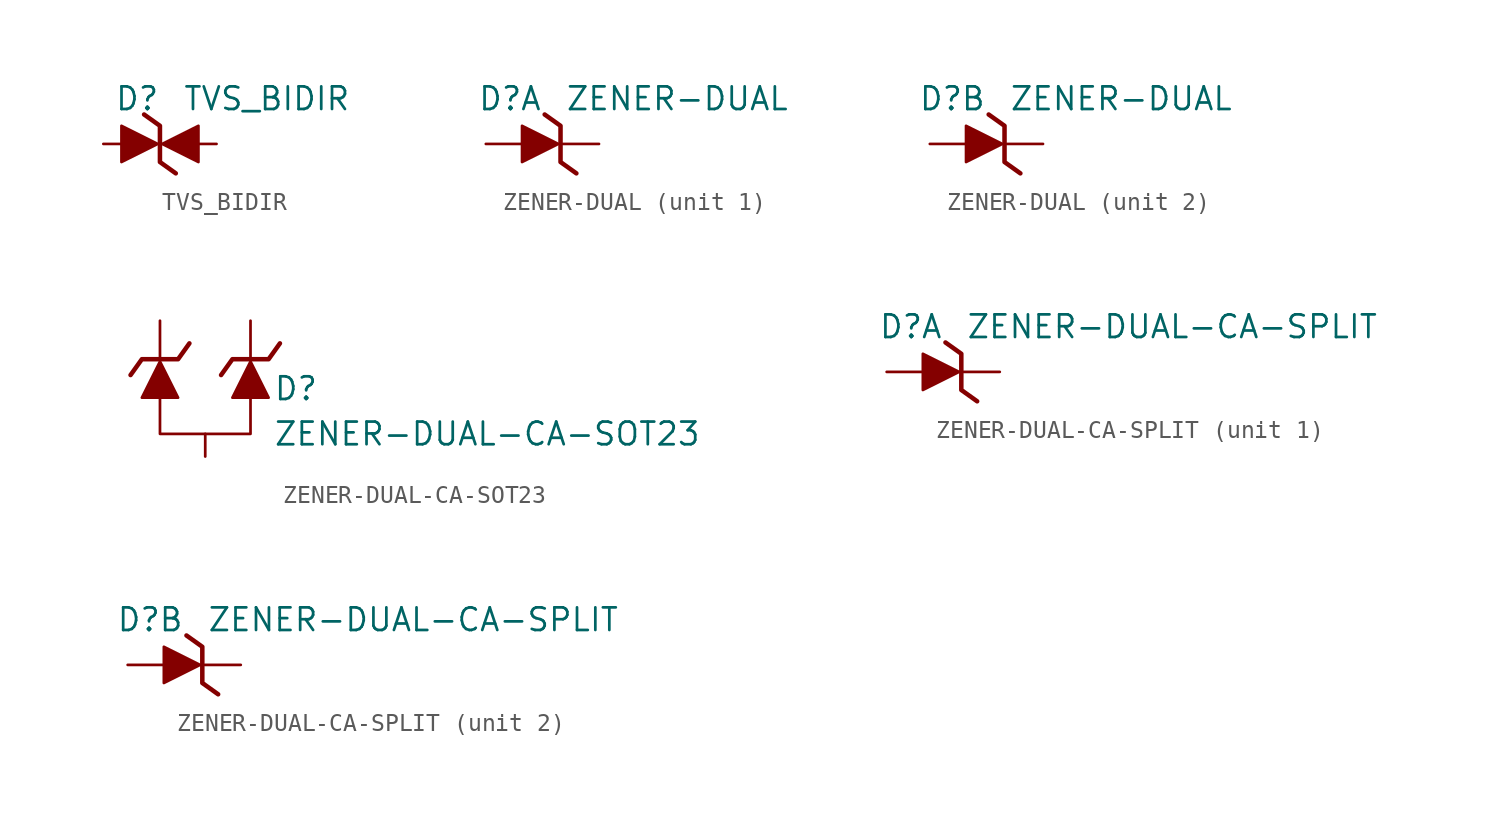
<source format=kicad_sym>
(kicad_symbol_lib
  (version 20211014)
  (generator kicad_symbol_editor)
  (symbol "TVS_BIDIR"
    (pin_numbers hide)
    (pin_names
      (offset 1.016) hide)
    (property "Reference" "D"
      (at 3.175 2.54 0)
      (effects (font (size 1.27 1.27)) (justify right)))
    (property "Value" "TVS_BIDIR"
      (at 4.445 2.54 0)
      (effects (font (size 1.27 1.27)) (justify left)))
    (symbol "TVS_BIDIR_0_1"
      (polyline (pts (xy 1.016 -1.016) (xy 1.016 1.016) (xy 3.048 0) (xy 1.016 -1.016)) (stroke (width 0) (type default) (color 0 0 0 0)) (fill (type outline)))
      (polyline (pts (xy 2.286 1.651) (xy 3.175 1.016) (xy 3.175 -1.016) (xy 4.064 -1.651)) (stroke (width 0.254) (type default) (color 0 0 0 0)) (fill (type none))))
    (symbol "TVS_BIDIR_1_1"
      (polyline (pts (xy 5.334 -1.016) (xy 5.334 1.016) (xy 3.302 0) (xy 5.334 -1.016)) (stroke (width 0) (type default) (color 0 0 0 0)) (fill (type outline)))
      (pin passive line (at 0 0 0) (length 2.032) (name "~" (effects (font (size 1.27 1.27)))) (number "A" (effects (font (size 1.27 1.27)))))
      (pin passive line (at 6.35 0 180) (length 2.032) (name "~" (effects (font (size 1.27 1.27)))) (number "C" (effects (font (size 1.27 1.27)))))))
  (symbol "ZENER-DUAL"
    (pin_numbers hide)
    (pin_names
      (offset 1.016) hide)
    (property "Reference" "D"
      (at 3.175 2.54 0)
      (effects (font (size 1.27 1.27)) (justify right)))
    (property "Value" "ZENER-DUAL"
      (at 4.445 2.54 0)
      (effects (font (size 1.27 1.27)) (justify left)))
    (symbol "ZENER-DUAL_0_1"
      (polyline (pts (xy 2.032 -1.016) (xy 2.032 1.016) (xy 4.064 0) (xy 2.032 -1.016)) (stroke (width 0) (type default) (color 0 0 0 0)) (fill (type outline)))
      (polyline (pts (xy 3.302 1.651) (xy 4.191 1.016) (xy 4.191 -1.016) (xy 5.08 -1.651)) (stroke (width 0.254) (type default) (color 0 0 0 0)) (fill (type none))))
    (symbol "ZENER-DUAL_1_1"
      (pin passive line (at 0 0 0) (length 2.032) (name "~" (effects (font (size 1.27 1.27)))) (number "1" (effects (font (size 1.27 1.27)))))
      (pin passive line (at 6.35 0 180) (length 2.032) (name "~" (effects (font (size 1.27 1.27)))) (number "6" (effects (font (size 1.27 1.27))))))
    (symbol "ZENER-DUAL_2_1"
      (pin passive line (at 6.35 0 180) (length 2.032) (name "~" (effects (font (size 1.27 1.27)))) (number "3" (effects (font (size 1.27 1.27)))))
      (pin passive line (at 0 0 0) (length 2.032) (name "~" (effects (font (size 1.27 1.27)))) (number "4" (effects (font (size 1.27 1.27)))))))
  (symbol "ZENER-DUAL-CA-SOT23"
    (pin_numbers hide)
    (pin_names
      (offset 1.016) hide)
    (property "Reference" "D"
      (at 3.81 0 0)
      (effects (font (size 1.27 1.27)) (justify left)))
    (property "Value" "ZENER-DUAL-CA-SOT23"
      (at 3.81 -2.54 0)
      (effects (font (size 1.27 1.27)) (justify left)))
    (symbol "ZENER-DUAL-CA-SOT23_0_1"
      (polyline (pts (xy -4.191 0.762) (xy -3.556 1.651) (xy -1.524 1.651) (xy -0.889 2.54)) (stroke (width 0.254) (type default) (color 0 0 0 0)) (fill (type none)))
      (polyline (pts (xy -2.54 0) (xy -2.54 -2.54) (xy 2.54 -2.54) (xy 2.54 0)) (stroke (width 0) (type default) (color 0 0 0 0)) (fill (type none)))
      (polyline (pts (xy -1.524 -0.508) (xy -3.556 -0.508) (xy -2.54 1.524) (xy -1.524 -0.508)) (stroke (width 0) (type default) (color 0 0 0 0)) (fill (type outline)))
      (polyline (pts (xy 0.889 0.762) (xy 1.524 1.651) (xy 3.556 1.651) (xy 4.191 2.54)) (stroke (width 0.254) (type default) (color 0 0 0 0)) (fill (type none)))
      (polyline (pts (xy 3.556 -0.508) (xy 1.524 -0.508) (xy 2.54 1.524) (xy 3.556 -0.508)) (stroke (width 0) (type default) (color 0 0 0 0)) (fill (type outline))))
    (symbol "ZENER-DUAL-CA-SOT23_1_1"
      (pin passive line (at -2.54 3.81 270) (length 2.032) (name "~" (effects (font (size 1.27 1.27)))) (number "1" (effects (font (size 1.27 1.27)))))
      (pin passive line (at 2.54 3.81 270) (length 2.032) (name "~" (effects (font (size 1.27 1.27)))) (number "2" (effects (font (size 1.27 1.27)))))
      (pin passive line (at 0 -3.81 90) (length 1.27) (name "~" (effects (font (size 1.27 1.27)))) (number "3" (effects (font (size 1.27 1.27)))))))
  (symbol "ZENER-DUAL-CA-SPLIT"
    (pin_numbers hide)
    (pin_names
      (offset 1.016) hide)
    (property "Reference" "D"
      (at 3.175 2.54 0)
      (effects (font (size 1.27 1.27)) (justify right)))
    (property "Value" "ZENER-DUAL-CA-SPLIT"
      (at 4.445 2.54 0)
      (effects (font (size 1.27 1.27)) (justify left)))
    (symbol "ZENER-DUAL-CA-SPLIT_0_1"
      (polyline (pts (xy 2.032 -1.016) (xy 2.032 1.016) (xy 4.064 0) (xy 2.032 -1.016)) (stroke (width 0) (type default) (color 0 0 0 0)) (fill (type outline)))
      (polyline (pts (xy 3.302 1.651) (xy 4.191 1.016) (xy 4.191 -1.016) (xy 5.08 -1.651)) (stroke (width 0.254) (type default) (color 0 0 0 0)) (fill (type none))))
    (symbol "ZENER-DUAL-CA-SPLIT_1_1"
      (pin passive line (at 6.35 0 180) (length 2.032) (name "~" (effects (font (size 1.27 1.27)))) (number "1" (effects (font (size 1.27 1.27)))))
      (pin passive line (at 0 0 0) (length 2.032) (name "~" (effects (font (size 1.27 1.27)))) (number "3" (effects (font (size 1.27 1.27))))))
    (symbol "ZENER-DUAL-CA-SPLIT_2_1"
      (pin passive line (at 6.35 0 180) (length 2.032) (name "~" (effects (font (size 1.27 1.27)))) (number "2" (effects (font (size 1.27 1.27)))))
      (pin passive line (at 0 0 0) (length 2.032) (name "~" (effects (font (size 1.27 1.27)))) (number "3" (effects (font (size 1.27 1.27))))))))
</source>
